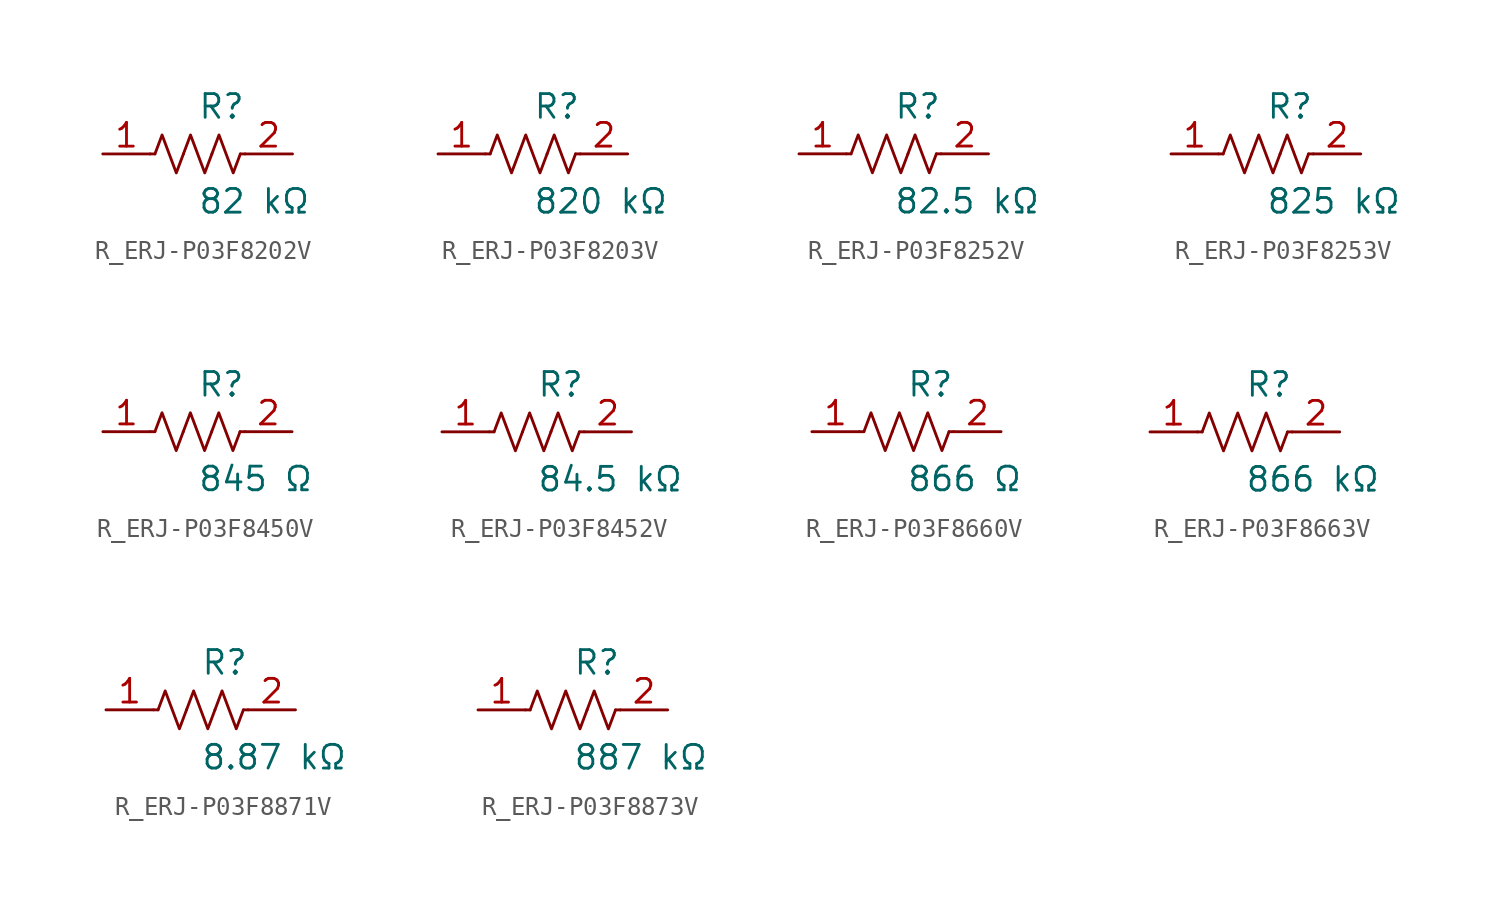
<source format=kicad_sym>
(kicad_symbol_lib
  (version 20231120)
  (generator kicad_symbol_editor)
  (generator_version 8.0)
  (symbol "R_ERJ-P03F8202V"
    (pin_names
      (offset 0.254))
    (property "Reference" "R"
      (at 0.0 2.54 0)
      (effects (font (size 1.27 1.27)) (justify left)))
    (property "Value" "82 kΩ"
      (at 0.0 -2.54 0)
      (effects (font (size 1.27 1.27)) (justify left)))
    (symbol "R_ERJ-P03F8202V_0_1"
      (polyline (pts (xy 2.286 0) (xy 2.54 0)) (stroke (width 0) (type default)) (fill (type none)))
      (polyline (pts (xy -2.286 0) (xy -2.54 0)) (stroke (width 0) (type default)) (fill (type none)))
      (polyline (pts (xy 0.762 0) (xy 1.143 1.016) (xy 1.524 0) (xy 1.905 -1.016) (xy 2.286 0)) (stroke (width 0) (type default)) (fill (type none)))
      (polyline (pts (xy -0.762 0) (xy -0.381 1.016) (xy 0 0) (xy 0.381 -1.016) (xy 0.762 0)) (stroke (width 0) (type default)) (fill (type none)))
      (polyline (pts (xy -2.286 0) (xy -1.905 1.016) (xy -1.524 0) (xy -1.143 -1.016) (xy -0.762 0)) (stroke (width 0) (type default)) (fill (type none))))
    (pin unspecified line
      (at -5.08 0 0)
      (length 2.54)
      (name "" (effects (font (size 1.27 1.27))))
      (number "1" (effects (font (size 1.27 1.27)))))
    (pin unspecified line
      (at 5.08 0 180)
      (length 2.54)
      (name "" (effects (font (size 1.27 1.27))))
      (number "2" (effects (font (size 1.27 1.27))))))
  (symbol "R_ERJ-P03F8203V"
    (pin_names
      (offset 0.254))
    (property "Reference" "R"
      (at 0.0 2.54 0)
      (effects (font (size 1.27 1.27)) (justify left)))
    (property "Value" "820 kΩ"
      (at 0.0 -2.54 0)
      (effects (font (size 1.27 1.27)) (justify left)))
    (symbol "R_ERJ-P03F8203V_0_1"
      (polyline (pts (xy 2.286 0) (xy 2.54 0)) (stroke (width 0) (type default)) (fill (type none)))
      (polyline (pts (xy -2.286 0) (xy -2.54 0)) (stroke (width 0) (type default)) (fill (type none)))
      (polyline (pts (xy 0.762 0) (xy 1.143 1.016) (xy 1.524 0) (xy 1.905 -1.016) (xy 2.286 0)) (stroke (width 0) (type default)) (fill (type none)))
      (polyline (pts (xy -0.762 0) (xy -0.381 1.016) (xy 0 0) (xy 0.381 -1.016) (xy 0.762 0)) (stroke (width 0) (type default)) (fill (type none)))
      (polyline (pts (xy -2.286 0) (xy -1.905 1.016) (xy -1.524 0) (xy -1.143 -1.016) (xy -0.762 0)) (stroke (width 0) (type default)) (fill (type none))))
    (pin unspecified line
      (at -5.08 0 0)
      (length 2.54)
      (name "" (effects (font (size 1.27 1.27))))
      (number "1" (effects (font (size 1.27 1.27)))))
    (pin unspecified line
      (at 5.08 0 180)
      (length 2.54)
      (name "" (effects (font (size 1.27 1.27))))
      (number "2" (effects (font (size 1.27 1.27))))))
  (symbol "R_ERJ-P03F8252V"
    (pin_names
      (offset 0.254))
    (property "Reference" "R"
      (at 0.0 2.54 0)
      (effects (font (size 1.27 1.27)) (justify left)))
    (property "Value" "82.5 kΩ"
      (at 0.0 -2.54 0)
      (effects (font (size 1.27 1.27)) (justify left)))
    (symbol "R_ERJ-P03F8252V_0_1"
      (polyline (pts (xy 2.286 0) (xy 2.54 0)) (stroke (width 0) (type default)) (fill (type none)))
      (polyline (pts (xy -2.286 0) (xy -2.54 0)) (stroke (width 0) (type default)) (fill (type none)))
      (polyline (pts (xy 0.762 0) (xy 1.143 1.016) (xy 1.524 0) (xy 1.905 -1.016) (xy 2.286 0)) (stroke (width 0) (type default)) (fill (type none)))
      (polyline (pts (xy -0.762 0) (xy -0.381 1.016) (xy 0 0) (xy 0.381 -1.016) (xy 0.762 0)) (stroke (width 0) (type default)) (fill (type none)))
      (polyline (pts (xy -2.286 0) (xy -1.905 1.016) (xy -1.524 0) (xy -1.143 -1.016) (xy -0.762 0)) (stroke (width 0) (type default)) (fill (type none))))
    (pin unspecified line
      (at -5.08 0 0)
      (length 2.54)
      (name "" (effects (font (size 1.27 1.27))))
      (number "1" (effects (font (size 1.27 1.27)))))
    (pin unspecified line
      (at 5.08 0 180)
      (length 2.54)
      (name "" (effects (font (size 1.27 1.27))))
      (number "2" (effects (font (size 1.27 1.27))))))
  (symbol "R_ERJ-P03F8253V"
    (pin_names
      (offset 0.254))
    (property "Reference" "R"
      (at 0.0 2.54 0)
      (effects (font (size 1.27 1.27)) (justify left)))
    (property "Value" "825 kΩ"
      (at 0.0 -2.54 0)
      (effects (font (size 1.27 1.27)) (justify left)))
    (symbol "R_ERJ-P03F8253V_0_1"
      (polyline (pts (xy 2.286 0) (xy 2.54 0)) (stroke (width 0) (type default)) (fill (type none)))
      (polyline (pts (xy -2.286 0) (xy -2.54 0)) (stroke (width 0) (type default)) (fill (type none)))
      (polyline (pts (xy 0.762 0) (xy 1.143 1.016) (xy 1.524 0) (xy 1.905 -1.016) (xy 2.286 0)) (stroke (width 0) (type default)) (fill (type none)))
      (polyline (pts (xy -0.762 0) (xy -0.381 1.016) (xy 0 0) (xy 0.381 -1.016) (xy 0.762 0)) (stroke (width 0) (type default)) (fill (type none)))
      (polyline (pts (xy -2.286 0) (xy -1.905 1.016) (xy -1.524 0) (xy -1.143 -1.016) (xy -0.762 0)) (stroke (width 0) (type default)) (fill (type none))))
    (pin unspecified line
      (at -5.08 0 0)
      (length 2.54)
      (name "" (effects (font (size 1.27 1.27))))
      (number "1" (effects (font (size 1.27 1.27)))))
    (pin unspecified line
      (at 5.08 0 180)
      (length 2.54)
      (name "" (effects (font (size 1.27 1.27))))
      (number "2" (effects (font (size 1.27 1.27))))))
  (symbol "R_ERJ-P03F8450V"
    (pin_names
      (offset 0.254))
    (property "Reference" "R"
      (at 0.0 2.54 0)
      (effects (font (size 1.27 1.27)) (justify left)))
    (property "Value" "845 Ω"
      (at 0.0 -2.54 0)
      (effects (font (size 1.27 1.27)) (justify left)))
    (symbol "R_ERJ-P03F8450V_0_1"
      (polyline (pts (xy 2.286 0) (xy 2.54 0)) (stroke (width 0) (type default)) (fill (type none)))
      (polyline (pts (xy -2.286 0) (xy -2.54 0)) (stroke (width 0) (type default)) (fill (type none)))
      (polyline (pts (xy 0.762 0) (xy 1.143 1.016) (xy 1.524 0) (xy 1.905 -1.016) (xy 2.286 0)) (stroke (width 0) (type default)) (fill (type none)))
      (polyline (pts (xy -0.762 0) (xy -0.381 1.016) (xy 0 0) (xy 0.381 -1.016) (xy 0.762 0)) (stroke (width 0) (type default)) (fill (type none)))
      (polyline (pts (xy -2.286 0) (xy -1.905 1.016) (xy -1.524 0) (xy -1.143 -1.016) (xy -0.762 0)) (stroke (width 0) (type default)) (fill (type none))))
    (pin unspecified line
      (at -5.08 0 0)
      (length 2.54)
      (name "" (effects (font (size 1.27 1.27))))
      (number "1" (effects (font (size 1.27 1.27)))))
    (pin unspecified line
      (at 5.08 0 180)
      (length 2.54)
      (name "" (effects (font (size 1.27 1.27))))
      (number "2" (effects (font (size 1.27 1.27))))))
  (symbol "R_ERJ-P03F8452V"
    (pin_names
      (offset 0.254))
    (property "Reference" "R"
      (at 0.0 2.54 0)
      (effects (font (size 1.27 1.27)) (justify left)))
    (property "Value" "84.5 kΩ"
      (at 0.0 -2.54 0)
      (effects (font (size 1.27 1.27)) (justify left)))
    (symbol "R_ERJ-P03F8452V_0_1"
      (polyline (pts (xy 2.286 0) (xy 2.54 0)) (stroke (width 0) (type default)) (fill (type none)))
      (polyline (pts (xy -2.286 0) (xy -2.54 0)) (stroke (width 0) (type default)) (fill (type none)))
      (polyline (pts (xy 0.762 0) (xy 1.143 1.016) (xy 1.524 0) (xy 1.905 -1.016) (xy 2.286 0)) (stroke (width 0) (type default)) (fill (type none)))
      (polyline (pts (xy -0.762 0) (xy -0.381 1.016) (xy 0 0) (xy 0.381 -1.016) (xy 0.762 0)) (stroke (width 0) (type default)) (fill (type none)))
      (polyline (pts (xy -2.286 0) (xy -1.905 1.016) (xy -1.524 0) (xy -1.143 -1.016) (xy -0.762 0)) (stroke (width 0) (type default)) (fill (type none))))
    (pin unspecified line
      (at -5.08 0 0)
      (length 2.54)
      (name "" (effects (font (size 1.27 1.27))))
      (number "1" (effects (font (size 1.27 1.27)))))
    (pin unspecified line
      (at 5.08 0 180)
      (length 2.54)
      (name "" (effects (font (size 1.27 1.27))))
      (number "2" (effects (font (size 1.27 1.27))))))
  (symbol "R_ERJ-P03F8660V"
    (pin_names
      (offset 0.254))
    (property "Reference" "R"
      (at 0.0 2.54 0)
      (effects (font (size 1.27 1.27)) (justify left)))
    (property "Value" "866 Ω"
      (at 0.0 -2.54 0)
      (effects (font (size 1.27 1.27)) (justify left)))
    (symbol "R_ERJ-P03F8660V_0_1"
      (polyline (pts (xy 2.286 0) (xy 2.54 0)) (stroke (width 0) (type default)) (fill (type none)))
      (polyline (pts (xy -2.286 0) (xy -2.54 0)) (stroke (width 0) (type default)) (fill (type none)))
      (polyline (pts (xy 0.762 0) (xy 1.143 1.016) (xy 1.524 0) (xy 1.905 -1.016) (xy 2.286 0)) (stroke (width 0) (type default)) (fill (type none)))
      (polyline (pts (xy -0.762 0) (xy -0.381 1.016) (xy 0 0) (xy 0.381 -1.016) (xy 0.762 0)) (stroke (width 0) (type default)) (fill (type none)))
      (polyline (pts (xy -2.286 0) (xy -1.905 1.016) (xy -1.524 0) (xy -1.143 -1.016) (xy -0.762 0)) (stroke (width 0) (type default)) (fill (type none))))
    (pin unspecified line
      (at -5.08 0 0)
      (length 2.54)
      (name "" (effects (font (size 1.27 1.27))))
      (number "1" (effects (font (size 1.27 1.27)))))
    (pin unspecified line
      (at 5.08 0 180)
      (length 2.54)
      (name "" (effects (font (size 1.27 1.27))))
      (number "2" (effects (font (size 1.27 1.27))))))
  (symbol "R_ERJ-P03F8663V"
    (pin_names
      (offset 0.254))
    (property "Reference" "R"
      (at 0.0 2.54 0)
      (effects (font (size 1.27 1.27)) (justify left)))
    (property "Value" "866 kΩ"
      (at 0.0 -2.54 0)
      (effects (font (size 1.27 1.27)) (justify left)))
    (symbol "R_ERJ-P03F8663V_0_1"
      (polyline (pts (xy 2.286 0) (xy 2.54 0)) (stroke (width 0) (type default)) (fill (type none)))
      (polyline (pts (xy -2.286 0) (xy -2.54 0)) (stroke (width 0) (type default)) (fill (type none)))
      (polyline (pts (xy 0.762 0) (xy 1.143 1.016) (xy 1.524 0) (xy 1.905 -1.016) (xy 2.286 0)) (stroke (width 0) (type default)) (fill (type none)))
      (polyline (pts (xy -0.762 0) (xy -0.381 1.016) (xy 0 0) (xy 0.381 -1.016) (xy 0.762 0)) (stroke (width 0) (type default)) (fill (type none)))
      (polyline (pts (xy -2.286 0) (xy -1.905 1.016) (xy -1.524 0) (xy -1.143 -1.016) (xy -0.762 0)) (stroke (width 0) (type default)) (fill (type none))))
    (pin unspecified line
      (at -5.08 0 0)
      (length 2.54)
      (name "" (effects (font (size 1.27 1.27))))
      (number "1" (effects (font (size 1.27 1.27)))))
    (pin unspecified line
      (at 5.08 0 180)
      (length 2.54)
      (name "" (effects (font (size 1.27 1.27))))
      (number "2" (effects (font (size 1.27 1.27))))))
  (symbol "R_ERJ-P03F8871V"
    (pin_names
      (offset 0.254))
    (property "Reference" "R"
      (at 0.0 2.54 0)
      (effects (font (size 1.27 1.27)) (justify left)))
    (property "Value" "8.87 kΩ"
      (at 0.0 -2.54 0)
      (effects (font (size 1.27 1.27)) (justify left)))
    (symbol "R_ERJ-P03F8871V_0_1"
      (polyline (pts (xy 2.286 0) (xy 2.54 0)) (stroke (width 0) (type default)) (fill (type none)))
      (polyline (pts (xy -2.286 0) (xy -2.54 0)) (stroke (width 0) (type default)) (fill (type none)))
      (polyline (pts (xy 0.762 0) (xy 1.143 1.016) (xy 1.524 0) (xy 1.905 -1.016) (xy 2.286 0)) (stroke (width 0) (type default)) (fill (type none)))
      (polyline (pts (xy -0.762 0) (xy -0.381 1.016) (xy 0 0) (xy 0.381 -1.016) (xy 0.762 0)) (stroke (width 0) (type default)) (fill (type none)))
      (polyline (pts (xy -2.286 0) (xy -1.905 1.016) (xy -1.524 0) (xy -1.143 -1.016) (xy -0.762 0)) (stroke (width 0) (type default)) (fill (type none))))
    (pin unspecified line
      (at -5.08 0 0)
      (length 2.54)
      (name "" (effects (font (size 1.27 1.27))))
      (number "1" (effects (font (size 1.27 1.27)))))
    (pin unspecified line
      (at 5.08 0 180)
      (length 2.54)
      (name "" (effects (font (size 1.27 1.27))))
      (number "2" (effects (font (size 1.27 1.27))))))
  (symbol "R_ERJ-P03F8873V"
    (pin_names
      (offset 0.254))
    (property "Reference" "R"
      (at 0.0 2.54 0)
      (effects (font (size 1.27 1.27)) (justify left)))
    (property "Value" "887 kΩ"
      (at 0.0 -2.54 0)
      (effects (font (size 1.27 1.27)) (justify left)))
    (symbol "R_ERJ-P03F8873V_0_1"
      (polyline (pts (xy 2.286 0) (xy 2.54 0)) (stroke (width 0) (type default)) (fill (type none)))
      (polyline (pts (xy -2.286 0) (xy -2.54 0)) (stroke (width 0) (type default)) (fill (type none)))
      (polyline (pts (xy 0.762 0) (xy 1.143 1.016) (xy 1.524 0) (xy 1.905 -1.016) (xy 2.286 0)) (stroke (width 0) (type default)) (fill (type none)))
      (polyline (pts (xy -0.762 0) (xy -0.381 1.016) (xy 0 0) (xy 0.381 -1.016) (xy 0.762 0)) (stroke (width 0) (type default)) (fill (type none)))
      (polyline (pts (xy -2.286 0) (xy -1.905 1.016) (xy -1.524 0) (xy -1.143 -1.016) (xy -0.762 0)) (stroke (width 0) (type default)) (fill (type none))))
    (pin unspecified line
      (at -5.08 0 0)
      (length 2.54)
      (name "" (effects (font (size 1.27 1.27))))
      (number "1" (effects (font (size 1.27 1.27)))))
    (pin unspecified line
      (at 5.08 0 180)
      (length 2.54)
      (name "" (effects (font (size 1.27 1.27))))
      (number "2" (effects (font (size 1.27 1.27)))))))
</source>
